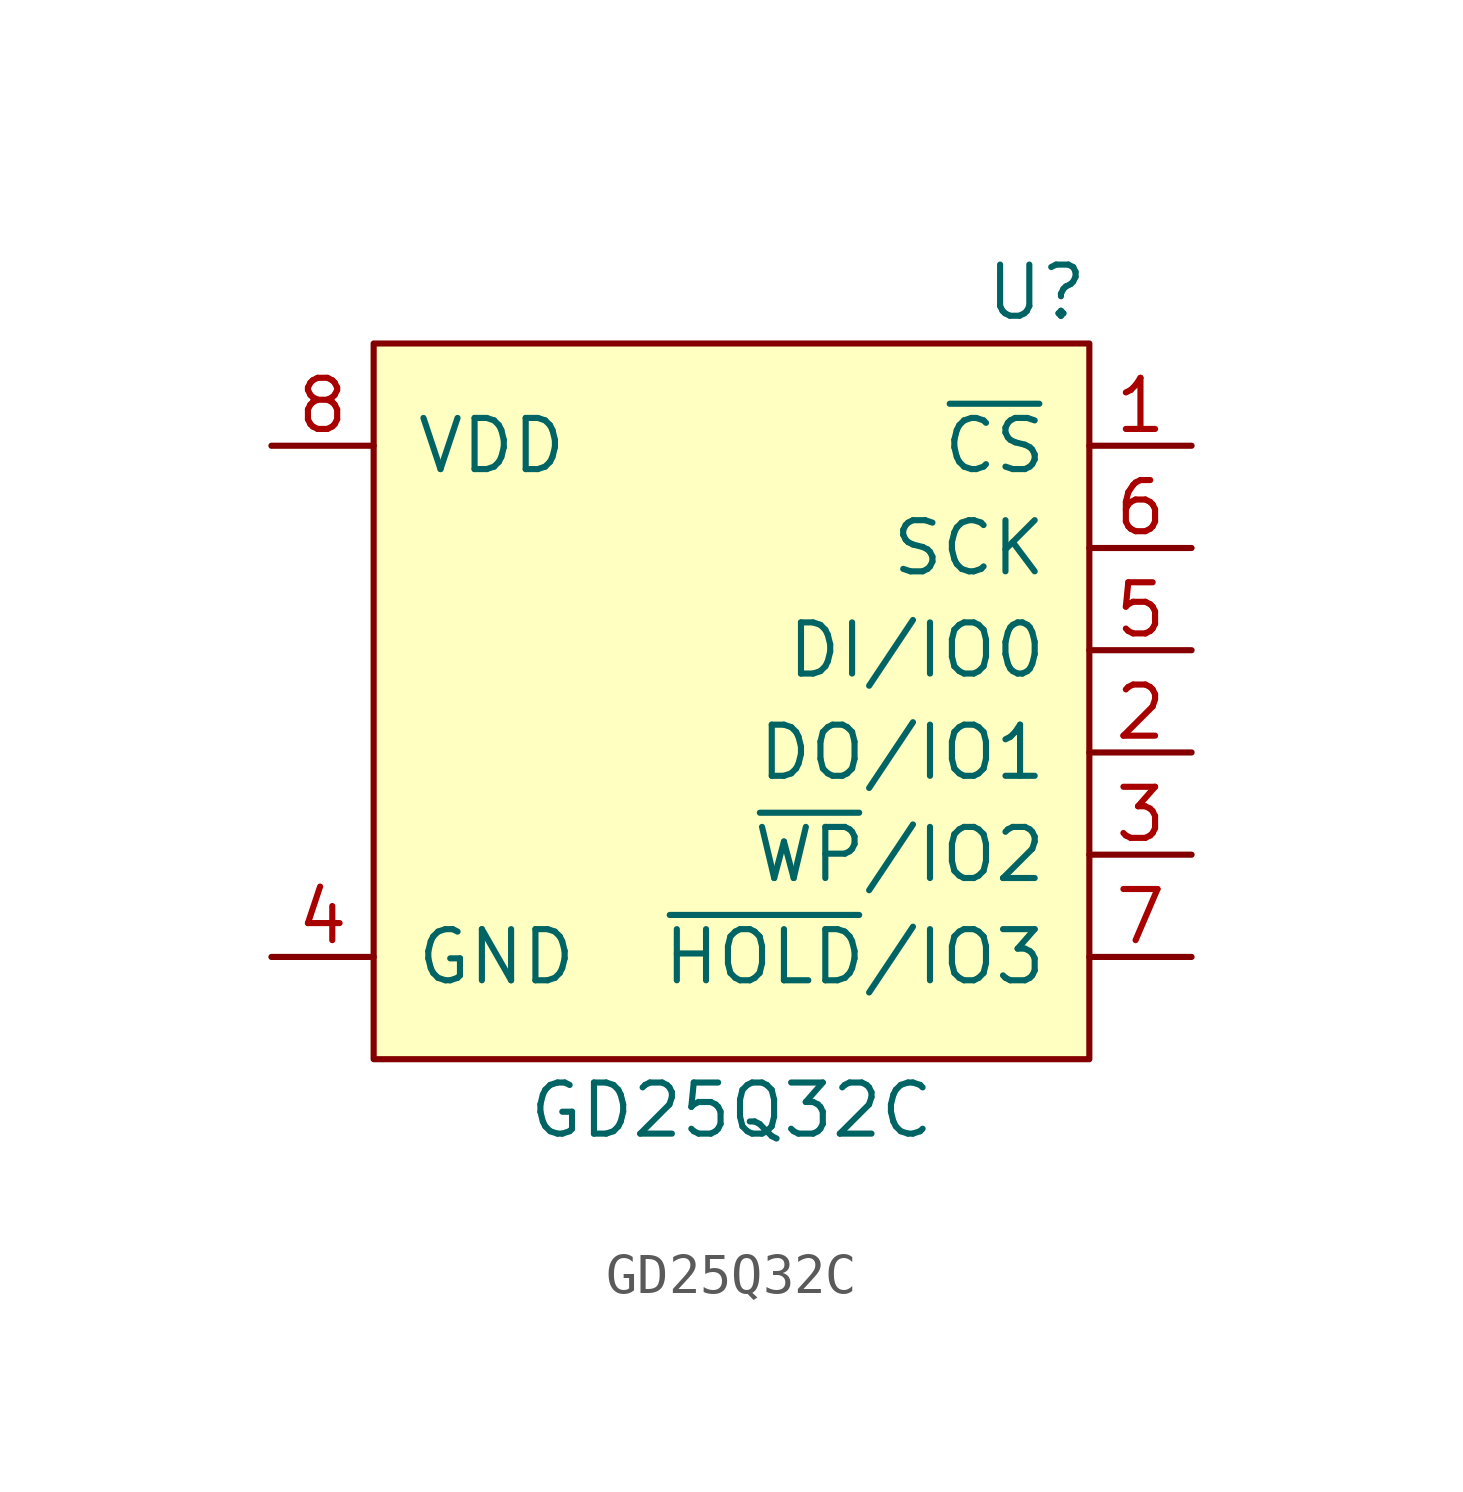
<source format=kicad_sym>
(kicad_symbol_lib
  (version 20211014)
  (generator kicad_symbol_editor)
  (symbol "GD25Q32C"
    (pin_names
      (offset 1.016))
    (property "Reference" "U"
      (at 8.89 10.16 0)
      (effects (font (size 1.27 1.27)) (justify right)))
    (property "Value" "GD25Q32C"
      (at 0 -10.16 0)
      (effects (font (size 1.27 1.27))))
    (symbol "GD25Q32C_0_1"
      (rectangle (start -8.89 8.89) (end 8.89 -8.89) (stroke (width 0) (type default) (color 0 0 0 0)) (fill (type background))))
    (symbol "GD25Q32C_1_1"
      (pin input line (at 11.43 6.35 180) (length 2.54) (name "~{CS}" (effects (font (size 1.27 1.27)))) (number "1" (effects (font (size 1.27 1.27)))))
      (pin bidirectional line (at 11.43 -1.27 180) (length 2.54) (name "DO/IO1" (effects (font (size 1.27 1.27)))) (number "2" (effects (font (size 1.27 1.27)))))
      (pin bidirectional line (at 11.43 -3.81 180) (length 2.54) (name "~{WP}/IO2" (effects (font (size 1.27 1.27)))) (number "3" (effects (font (size 1.27 1.27)))))
      (pin power_in line (at -11.43 -6.35 0) (length 2.54) (name "GND" (effects (font (size 1.27 1.27)))) (number "4" (effects (font (size 1.27 1.27)))))
      (pin bidirectional line (at 11.43 1.27 180) (length 2.54) (name "DI/IO0" (effects (font (size 1.27 1.27)))) (number "5" (effects (font (size 1.27 1.27)))))
      (pin input line (at 11.43 3.81 180) (length 2.54) (name "SCK" (effects (font (size 1.27 1.27)))) (number "6" (effects (font (size 1.27 1.27)))))
      (pin bidirectional line (at 11.43 -6.35 180) (length 2.54) (name "~{HOLD}/IO3" (effects (font (size 1.27 1.27)))) (number "7" (effects (font (size 1.27 1.27)))))
      (pin power_in line (at -11.43 6.35 0) (length 2.54) (name "VDD" (effects (font (size 1.27 1.27)))) (number "8" (effects (font (size 1.27 1.27))))))))
</source>
